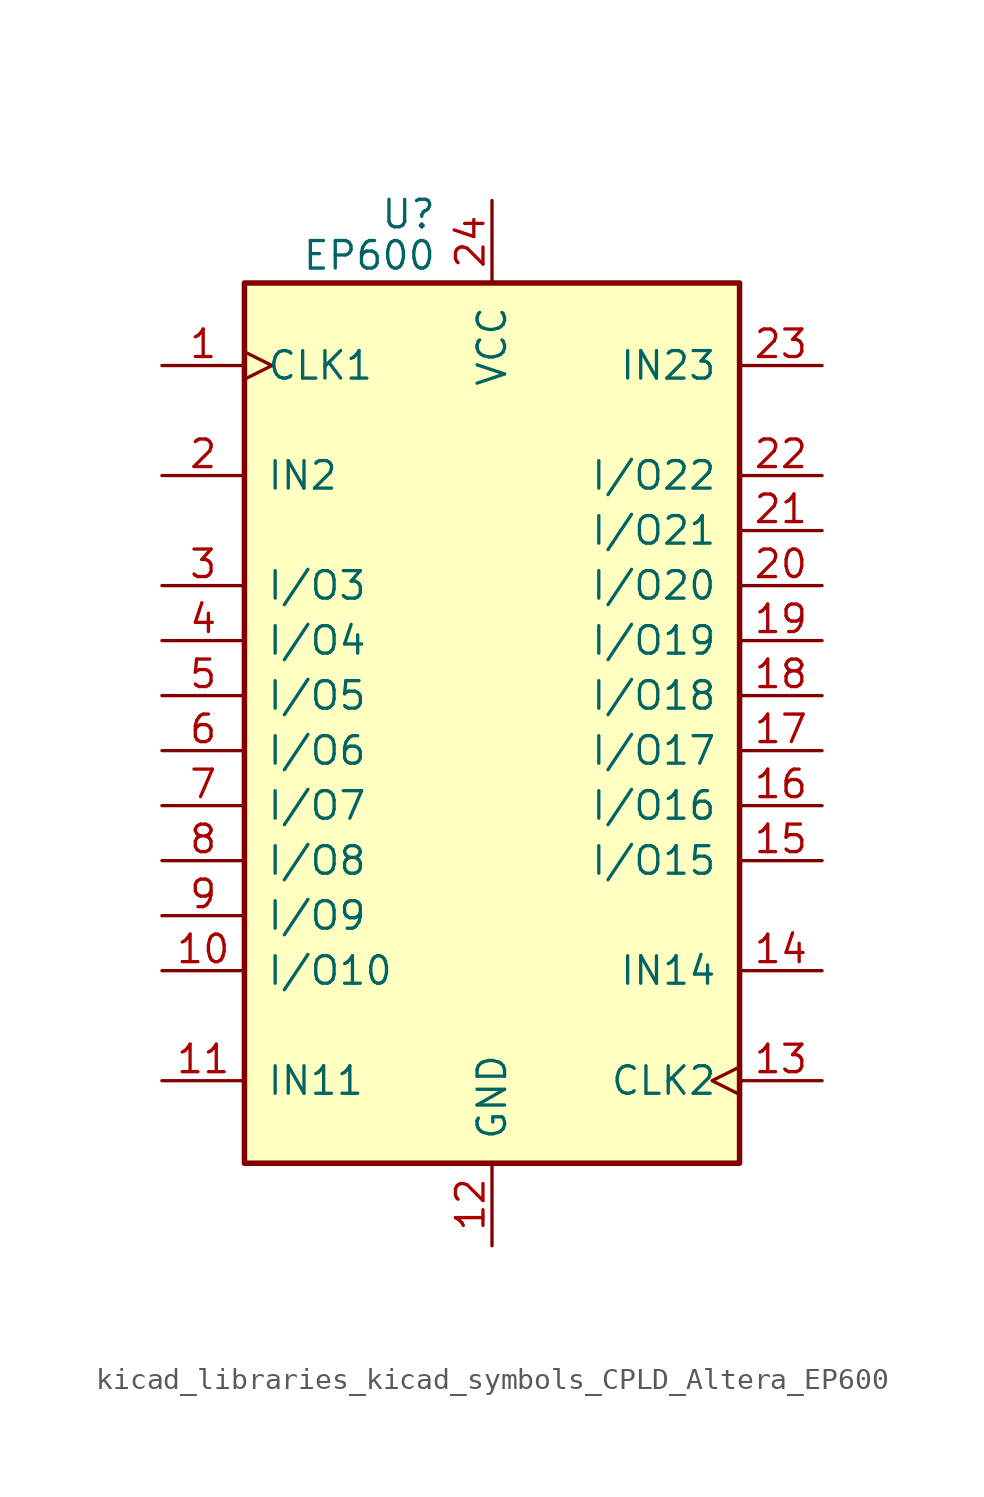
<source format=kicad_sym>
(kicad_symbol_lib
  (version 20220914)
  (generator kicad_symbol_editor)
  (symbol "kicad_libraries_kicad_symbols_CPLD_Altera_EP600"
    (pin_names
      (offset 1.016))
    (property "Reference" "U"
      (at -2.54 24.765 0)
      (effects (font (size 1.27 1.27)) (justify right)))
    (property "Value" "EP600"
      (at -2.54 22.86 0)
      (effects (font (size 1.27 1.27)) (justify right)))
    (symbol "kicad_libraries_kicad_symbols_CPLD_Altera_EP600_0_1"
      (rectangle (start -11.43 -19.05) (end 11.43 21.59) (stroke (width 0.254) (type default)) (fill (type background))))
    (symbol "kicad_libraries_kicad_symbols_CPLD_Altera_EP600_1_1"
      (pin input clock (at -15.24 17.78 0) (length 3.81) (name "CLK1" (effects (font (size 1.27 1.27)))) (number "1" (effects (font (size 1.27 1.27)))))
      (pin passive line (at -15.24 -10.16 0) (length 3.81) (name "I/O10" (effects (font (size 1.27 1.27)))) (number "10" (effects (font (size 1.27 1.27)))))
      (pin input line (at -15.24 -15.24 0) (length 3.81) (name "IN11" (effects (font (size 1.27 1.27)))) (number "11" (effects (font (size 1.27 1.27)))))
      (pin power_in line (at 0 -22.86 90) (length 3.81) (name "GND" (effects (font (size 1.27 1.27)))) (number "12" (effects (font (size 1.27 1.27)))))
      (pin input clock (at 15.24 -15.24 180) (length 3.81) (name "CLK2" (effects (font (size 1.27 1.27)))) (number "13" (effects (font (size 1.27 1.27)))))
      (pin input line (at 15.24 -10.16 180) (length 3.81) (name "IN14" (effects (font (size 1.27 1.27)))) (number "14" (effects (font (size 1.27 1.27)))))
      (pin passive line (at 15.24 -5.08 180) (length 3.81) (name "I/O15" (effects (font (size 1.27 1.27)))) (number "15" (effects (font (size 1.27 1.27)))))
      (pin passive line (at 15.24 -2.54 180) (length 3.81) (name "I/O16" (effects (font (size 1.27 1.27)))) (number "16" (effects (font (size 1.27 1.27)))))
      (pin passive line (at 15.24 0 180) (length 3.81) (name "I/O17" (effects (font (size 1.27 1.27)))) (number "17" (effects (font (size 1.27 1.27)))))
      (pin passive line (at 15.24 2.54 180) (length 3.81) (name "I/O18" (effects (font (size 1.27 1.27)))) (number "18" (effects (font (size 1.27 1.27)))))
      (pin passive line (at 15.24 5.08 180) (length 3.81) (name "I/O19" (effects (font (size 1.27 1.27)))) (number "19" (effects (font (size 1.27 1.27)))))
      (pin input line (at -15.24 12.7 0) (length 3.81) (name "IN2" (effects (font (size 1.27 1.27)))) (number "2" (effects (font (size 1.27 1.27)))))
      (pin passive line (at 15.24 7.62 180) (length 3.81) (name "I/O20" (effects (font (size 1.27 1.27)))) (number "20" (effects (font (size 1.27 1.27)))))
      (pin passive line (at 15.24 10.16 180) (length 3.81) (name "I/O21" (effects (font (size 1.27 1.27)))) (number "21" (effects (font (size 1.27 1.27)))))
      (pin passive line (at 15.24 12.7 180) (length 3.81) (name "I/O22" (effects (font (size 1.27 1.27)))) (number "22" (effects (font (size 1.27 1.27)))))
      (pin input line (at 15.24 17.78 180) (length 3.81) (name "IN23" (effects (font (size 1.27 1.27)))) (number "23" (effects (font (size 1.27 1.27)))))
      (pin power_in line (at 0 25.4 270) (length 3.81) (name "VCC" (effects (font (size 1.27 1.27)))) (number "24" (effects (font (size 1.27 1.27)))))
      (pin passive line (at -15.24 7.62 0) (length 3.81) (name "I/O3" (effects (font (size 1.27 1.27)))) (number "3" (effects (font (size 1.27 1.27)))))
      (pin passive line (at -15.24 5.08 0) (length 3.81) (name "I/O4" (effects (font (size 1.27 1.27)))) (number "4" (effects (font (size 1.27 1.27)))))
      (pin passive line (at -15.24 2.54 0) (length 3.81) (name "I/O5" (effects (font (size 1.27 1.27)))) (number "5" (effects (font (size 1.27 1.27)))))
      (pin passive line (at -15.24 0 0) (length 3.81) (name "I/O6" (effects (font (size 1.27 1.27)))) (number "6" (effects (font (size 1.27 1.27)))))
      (pin passive line (at -15.24 -2.54 0) (length 3.81) (name "I/O7" (effects (font (size 1.27 1.27)))) (number "7" (effects (font (size 1.27 1.27)))))
      (pin passive line (at -15.24 -5.08 0) (length 3.81) (name "I/O8" (effects (font (size 1.27 1.27)))) (number "8" (effects (font (size 1.27 1.27)))))
      (pin passive line (at -15.24 -7.62 0) (length 3.81) (name "I/O9" (effects (font (size 1.27 1.27)))) (number "9" (effects (font (size 1.27 1.27))))))))
</source>
